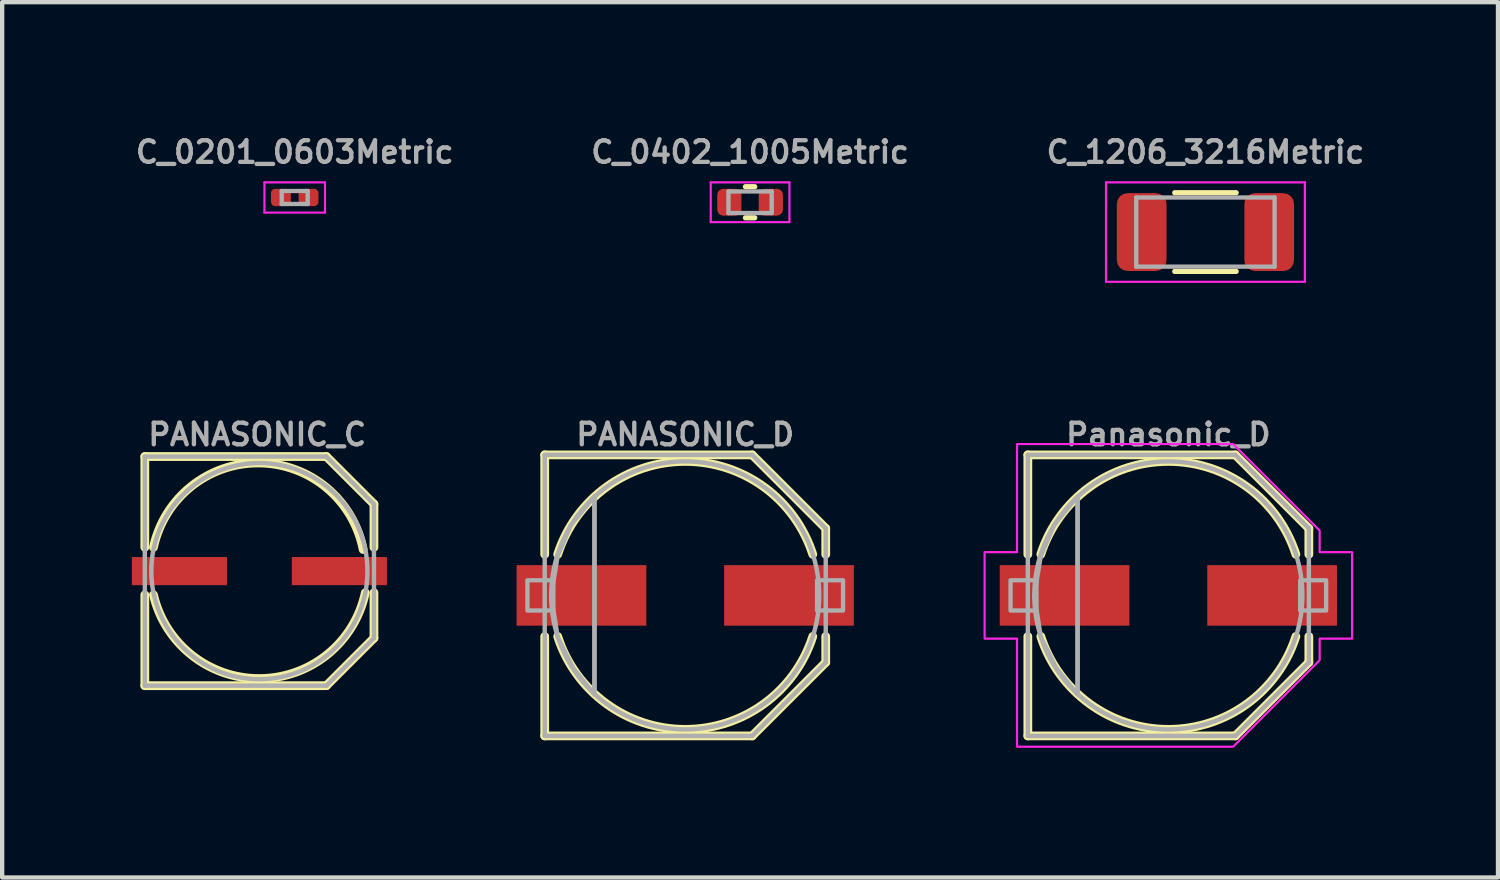
<source format=kicad_pcb>
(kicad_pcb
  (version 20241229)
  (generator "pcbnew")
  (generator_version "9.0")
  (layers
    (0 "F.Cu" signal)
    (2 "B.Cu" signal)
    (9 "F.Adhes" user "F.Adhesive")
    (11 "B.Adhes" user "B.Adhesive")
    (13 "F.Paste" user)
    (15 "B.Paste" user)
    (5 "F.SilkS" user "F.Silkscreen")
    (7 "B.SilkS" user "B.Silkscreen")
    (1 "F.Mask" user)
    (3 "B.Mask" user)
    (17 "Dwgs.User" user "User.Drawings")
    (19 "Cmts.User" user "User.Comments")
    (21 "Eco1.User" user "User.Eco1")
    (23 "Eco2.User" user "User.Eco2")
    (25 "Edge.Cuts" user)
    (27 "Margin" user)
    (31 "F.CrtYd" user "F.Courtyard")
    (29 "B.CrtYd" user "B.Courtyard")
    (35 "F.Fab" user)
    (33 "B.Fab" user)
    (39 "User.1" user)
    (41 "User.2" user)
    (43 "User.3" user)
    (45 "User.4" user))
  (footprint "C_0201_0603Metric"
    (layer "F.Cu")
    (at 3.767 1.518)
    (property "Reference" "C_0201_0603Metric" (at 0 -1.05 0) (layer "F.Fab") (effects (font (size 0.5 0.5) (thickness 0.1))))
    (attr smd)
    (fp_line (start -0.7 -0.35) (end 0.7 -0.35) (stroke (width 0.05) (type solid)) (layer "F.CrtYd"))
    (fp_line (start -0.7 0.35) (end -0.7 -0.35) (stroke (width 0.05) (type solid)) (layer "F.CrtYd"))
    (fp_line (start 0.7 -0.35) (end 0.7 0.35) (stroke (width 0.05) (type solid)) (layer "F.CrtYd"))
    (fp_line (start 0.7 0.35) (end -0.7 0.35) (stroke (width 0.05) (type solid)) (layer "F.CrtYd"))
    (fp_line (start -0.3 -0.15) (end 0.3 -0.15) (stroke (width 0.1) (type solid)) (layer "F.Fab"))
    (fp_line (start -0.3 0.15) (end -0.3 -0.15) (stroke (width 0.1) (type solid)) (layer "F.Fab"))
    (fp_line (start 0.3 -0.15) (end 0.3 0.15) (stroke (width 0.1) (type solid)) (layer "F.Fab"))
    (fp_line (start 0.3 0.15) (end -0.3 0.15) (stroke (width 0.1) (type solid)) (layer "F.Fab"))
    (pad "" smd roundrect (at -0.345 0) (size 0.318 0.36) (layers "F.Paste") (roundrect_rratio 0.25))
    (pad "" smd roundrect (at 0.345 0) (size 0.318 0.36) (layers "F.Paste") (roundrect_rratio 0.25))
    (pad "1" smd roundrect (at -0.32 0) (size 0.46 0.4) (layers "F.Cu" "F.Mask") (roundrect_rratio 0.25))
    (pad "2" smd roundrect (at 0.32 0) (size 0.46 0.4) (layers "F.Cu" "F.Mask") (roundrect_rratio 0.25)))
  (footprint "PANASONIC_D"
    (layer "F.Cu")
    (at 12.8 10.722)
    (property "Reference" "PANASONIC_D" (at 0 -3.429 0) (layer "F.Fab") (effects (font (size 0.5 0.5) (thickness 0.1) (bold yes)) (justify bottom)))
    (fp_line (start -3.25 -3.25) (end 1.55 -3.25) (stroke (width 0.203) (type solid)) (layer "F.SilkS"))
    (fp_line (start -3.25 -0.95) (end -3.25 -3.25) (stroke (width 0.203) (type solid)) (layer "F.SilkS"))
    (fp_line (start -3.25 3.25) (end -3.25 0.95) (stroke (width 0.203) (type solid)) (layer "F.SilkS"))
    (fp_line (start 1.55 -3.25) (end 3.25 -1.55) (stroke (width 0.203) (type solid)) (layer "F.SilkS"))
    (fp_line (start 1.55 3.25) (end -3.25 3.25) (stroke (width 0.203) (type solid)) (layer "F.SilkS"))
    (fp_line (start 3.25 -1.55) (end 3.25 -0.95) (stroke (width 0.203) (type solid)) (layer "F.SilkS"))
    (fp_line (start 3.25 0.95) (end 3.25 1.55) (stroke (width 0.203) (type solid)) (layer "F.SilkS"))
    (fp_line (start 3.25 1.55) (end 1.55 3.25) (stroke (width 0.203) (type solid)) (layer "F.SilkS"))
    (fp_arc (start -2.95 -0.95) (mid 0 -3.099193) (end 2.95 -0.95) (stroke (width 0.2032) (type solid)) (layer "F.SilkS"))
    (fp_arc (start 2.95 0.95) (mid 0 3.099193) (end -2.95 0.95) (stroke (width 0.2032) (type solid)) (layer "F.SilkS"))
    (fp_line (start -3.25 -3.25) (end 1.55 -3.25) (stroke (width 0.102) (type solid)) (layer "F.Fab"))
    (fp_line (start -3.25 3.25) (end -3.25 -3.25) (stroke (width 0.102) (type solid)) (layer "F.Fab"))
    (fp_line (start -2.1 -2.25) (end -2.1 2.2) (stroke (width 0.102) (type solid)) (layer "F.Fab"))
    (fp_line (start 1.55 -3.25) (end 3.25 -1.55) (stroke (width 0.102) (type solid)) (layer "F.Fab"))
    (fp_line (start 1.55 3.25) (end -3.25 3.25) (stroke (width 0.102) (type solid)) (layer "F.Fab"))
    (fp_line (start 3.25 -1.55) (end 3.25 1.55) (stroke (width 0.102) (type solid)) (layer "F.Fab"))
    (fp_line (start 3.25 1.55) (end 1.55 3.25) (stroke (width 0.102) (type solid)) (layer "F.Fab"))
    (fp_circle (center 0 0) (end 3.1 0) (stroke (width 0.102) (type solid)) (fill no) (layer "F.Fab"))
    (fp_poly (pts (xy -3.65 0.35) (xy -3.05 0.35) (xy -3.05 -0.35) (xy -3.65 -0.35)) (stroke (width 0.1) (type default)) (fill no) (layer "F.Fab"))
    (fp_poly (pts (xy 3.05 0.35) (xy 3.65 0.35) (xy 3.65 -0.35) (xy 3.05 -0.35)) (stroke (width 0.1) (type default)) (fill no) (layer "F.Fab"))
    (fp_poly (pts (xy -2.099 2.295) (xy -2.593 1.678) (xy -2.949 0.966) (xy -3.101 -0.00022) (xy -2.949 -0.914) (xy -2.644 -1.627) (xy -2.099 -2.292)) (stroke (width 0.1) (type default)) (fill no) (layer "F.Fab"))
    (pad "+" smd rect (at 2.4 0) (size 3 1.4) (layers "F.Cu" "F.Mask" "F.Paste"))
    (pad "-" smd rect (at -2.4 0) (size 3 1.4) (layers "F.Cu" "F.Mask" "F.Paste")))
  (footprint "Panasonic_D"
    (layer "F.Cu")
    (at 23.975 10.722)
    (property "Reference" "Panasonic_D" (at 0 -3.429 0) (layer "F.Fab") (effects (font (size 0.5 0.5) (thickness 0.1) (bold yes)) (justify bottom)))
    (fp_line (start -3.25 -3.25) (end 1.55 -3.25) (stroke (width 0.203) (type solid)) (layer "F.SilkS"))
    (fp_line (start -3.25 -0.95) (end -3.25 -3.25) (stroke (width 0.203) (type solid)) (layer "F.SilkS"))
    (fp_line (start -3.25 3.25) (end -3.25 0.95) (stroke (width 0.203) (type solid)) (layer "F.SilkS"))
    (fp_line (start 1.55 -3.25) (end 3.25 -1.55) (stroke (width 0.203) (type solid)) (layer "F.SilkS"))
    (fp_line (start 1.55 3.25) (end -3.25 3.25) (stroke (width 0.203) (type solid)) (layer "F.SilkS"))
    (fp_line (start 3.25 -1.55) (end 3.25 -0.95) (stroke (width 0.203) (type solid)) (layer "F.SilkS"))
    (fp_line (start 3.25 0.95) (end 3.25 1.55) (stroke (width 0.203) (type solid)) (layer "F.SilkS"))
    (fp_line (start 3.25 1.55) (end 1.55 3.25) (stroke (width 0.203) (type solid)) (layer "F.SilkS"))
    (fp_arc (start -2.95 -0.95) (mid 0 -3.099193) (end 2.95 -0.95) (stroke (width 0.2032) (type solid)) (layer "F.SilkS"))
    (fp_arc (start 2.95 0.95) (mid 0 3.099193) (end -2.95 0.95) (stroke (width 0.2032) (type solid)) (layer "F.SilkS"))
    (fp_poly (pts (xy -4.25 -1) (xy -4.25 1) (xy -3.5 1) (xy -3.5 3.5) (xy 1.5 3.5) (xy 3.5 1.5) (xy 3.5 1) (xy 4.25 1) (xy 4.25 -1) (xy 3.5 -1) (xy 3.5 -1.5) (xy 1.5 -3.5) (xy -3.5 -3.5) (xy -3.5 -1)) (stroke (width 0.05) (type solid)) (fill no) (layer "F.CrtYd"))
    (fp_line (start -3.25 -3.25) (end 1.55 -3.25) (stroke (width 0.102) (type solid)) (layer "F.Fab"))
    (fp_line (start -3.25 3.25) (end -3.25 -3.25) (stroke (width 0.102) (type solid)) (layer "F.Fab"))
    (fp_line (start -2.1 -2.25) (end -2.1 2.2) (stroke (width 0.102) (type solid)) (layer "F.Fab"))
    (fp_line (start 1.55 -3.25) (end 3.25 -1.55) (stroke (width 0.102) (type solid)) (layer "F.Fab"))
    (fp_line (start 1.55 3.25) (end -3.25 3.25) (stroke (width 0.102) (type solid)) (layer "F.Fab"))
    (fp_line (start 3.25 -1.55) (end 3.25 1.55) (stroke (width 0.102) (type solid)) (layer "F.Fab"))
    (fp_line (start 3.25 1.55) (end 1.55 3.25) (stroke (width 0.102) (type solid)) (layer "F.Fab"))
    (fp_circle (center 0 0) (end 3.1 0) (stroke (width 0.102) (type solid)) (fill no) (layer "F.Fab"))
    (fp_poly (pts (xy -3.65 0.35) (xy -3.05 0.35) (xy -3.05 -0.35) (xy -3.65 -0.35)) (stroke (width 0.1) (type default)) (fill no) (layer "F.Fab"))
    (fp_poly (pts (xy 3.05 0.35) (xy 3.65 0.35) (xy 3.65 -0.35) (xy 3.05 -0.35)) (stroke (width 0.1) (type default)) (fill no) (layer "F.Fab"))
    (fp_poly (pts (xy -2.099 2.295) (xy -2.593 1.678) (xy -2.949 0.966) (xy -3.101 -0.00022) (xy -2.949 -0.914) (xy -2.644 -1.627) (xy -2.099 -2.292)) (stroke (width 0.1) (type default)) (fill no) (layer "F.Fab"))
    (pad "1" smd rect (at 2.4 0) (size 3 1.4) (layers "F.Cu" "F.Mask" "F.Paste"))
    (pad "2" smd rect (at -2.4 0) (size 3 1.4) (layers "F.Cu" "F.Mask" "F.Paste")))
  (footprint "PANASONIC_C"
    (layer "F.Cu")
    (at 2.9 9.96)
    (property "Reference" "PANASONIC_C" (at 0 -2.667 0) (layer "F.Fab") (effects (font (size 0.5 0.5) (thickness 0.1) (bold yes)) (justify bottom)))
    (fp_line (start -2.6 -2.45) (end -2.6 -0.35) (stroke (width 0.203) (type solid)) (layer "F.SilkS"))
    (fp_line (start -2.6 -2.45) (end 1.6 -2.45) (stroke (width 0.203) (type solid)) (layer "F.SilkS"))
    (fp_line (start -2.6 2.85) (end -2.6 0.75) (stroke (width 0.203) (type solid)) (layer "F.SilkS"))
    (fp_line (start 1.6 -2.45) (end 2.7 -1.35) (stroke (width 0.203) (type solid)) (layer "F.SilkS"))
    (fp_line (start 1.6 2.85) (end -2.6 2.85) (stroke (width 0.203) (type solid)) (layer "F.SilkS"))
    (fp_line (start 2.7 -1.35) (end 2.7 -0.35) (stroke (width 0.203) (type solid)) (layer "F.SilkS"))
    (fp_line (start 2.7 1.75) (end 1.6 2.85) (stroke (width 0.203) (type solid)) (layer "F.SilkS"))
    (fp_line (start 2.7 1.75) (end 2.7 0.7) (stroke (width 0.203) (type solid)) (layer "F.SilkS"))
    (fp_arc (start -2.4 -0.35) (mid 0.045371 -2.30101) (end 2.449999 -0.3) (stroke (width 0.2032) (type solid)) (layer "F.SilkS"))
    (fp_arc (start 2.5 0.7) (mid 0.070009 2.685977) (end -2.400001 0.75) (stroke (width 0.2032) (type solid)) (layer "F.SilkS"))
    (fp_line (start -2.6 -2.45) (end -2.6 2.85) (stroke (width 0.102) (type solid)) (layer "F.Fab"))
    (fp_line (start -2.6 -2.45) (end 1.6 -2.45) (stroke (width 0.102) (type solid)) (layer "F.Fab"))
    (fp_line (start 1.6 -2.45) (end 2.7 -1.35) (stroke (width 0.102) (type solid)) (layer "F.Fab"))
    (fp_line (start 1.6 2.85) (end -2.6 2.85) (stroke (width 0.102) (type solid)) (layer "F.Fab"))
    (fp_line (start 2.7 -1.35) (end 2.7 1.75) (stroke (width 0.102) (type solid)) (layer "F.Fab"))
    (fp_line (start 2.7 1.75) (end 1.6 2.85) (stroke (width 0.102) (type solid)) (layer "F.Fab"))
    (fp_circle (center 0.05 0.2) (end 2.55 0.2) (stroke (width 0.102) (type solid)) (fill no) (layer "F.Fab"))
    (pad "1" smd rect (at 1.9 0.2) (size 2.2 0.65) (layers "F.Cu" "F.Mask" "F.Paste"))
    (pad "2" smd rect (at -1.8 0.2) (size 2.2 0.65) (layers "F.Cu" "F.Mask" "F.Paste")))
  (footprint "C_1206_3216Metric"
    (layer "F.Cu")
    (at 24.833 2.318)
    (property "Reference" "C_1206_3216Metric" (at 0 -1.85 0) (layer "F.Fab") (effects (font (size 0.5 0.5) (thickness 0.1) (bold yes))))
    (attr smd)
    (fp_line (start -0.711 -0.91) (end 0.711 -0.91) (stroke (width 0.12) (type solid)) (layer "F.SilkS"))
    (fp_line (start -0.711 0.91) (end 0.711 0.91) (stroke (width 0.12) (type solid)) (layer "F.SilkS"))
    (fp_line (start -2.3 -1.15) (end 2.3 -1.15) (stroke (width 0.05) (type solid)) (layer "F.CrtYd"))
    (fp_line (start -2.3 1.15) (end -2.3 -1.15) (stroke (width 0.05) (type solid)) (layer "F.CrtYd"))
    (fp_line (start 2.3 -1.15) (end 2.3 1.15) (stroke (width 0.05) (type solid)) (layer "F.CrtYd"))
    (fp_line (start 2.3 1.15) (end -2.3 1.15) (stroke (width 0.05) (type solid)) (layer "F.CrtYd"))
    (fp_line (start -1.6 -0.8) (end 1.6 -0.8) (stroke (width 0.1) (type solid)) (layer "F.Fab"))
    (fp_line (start -1.6 0.8) (end -1.6 -0.8) (stroke (width 0.1) (type solid)) (layer "F.Fab"))
    (fp_line (start 1.6 -0.8) (end 1.6 0.8) (stroke (width 0.1) (type solid)) (layer "F.Fab"))
    (fp_line (start 1.6 0.8) (end -1.6 0.8) (stroke (width 0.1) (type solid)) (layer "F.Fab"))
    (pad "1" smd roundrect (at -1.475 0) (size 1.15 1.8) (layers "F.Cu" "F.Mask" "F.Paste") (roundrect_rratio 0.217))
    (pad "2" smd roundrect (at 1.475 0) (size 1.15 1.8) (layers "F.Cu" "F.Mask" "F.Paste") (roundrect_rratio 0.217)))
  (footprint "C_0402_1005Metric"
    (layer "F.Cu")
    (at 14.3 1.628)
    (property "Reference" "C_0402_1005Metric" (at 0 -1.16 0) (layer "F.Fab") (effects (font (size 0.5 0.5) (thickness 0.1) (bold yes))))
    (attr smd)
    (fp_line (start -0.108 -0.36) (end 0.108 -0.36) (stroke (width 0.12) (type solid)) (layer "F.SilkS"))
    (fp_line (start -0.108 0.36) (end 0.108 0.36) (stroke (width 0.12) (type solid)) (layer "F.SilkS"))
    (fp_line (start -0.91 -0.46) (end 0.91 -0.46) (stroke (width 0.05) (type solid)) (layer "F.CrtYd"))
    (fp_line (start -0.91 0.46) (end -0.91 -0.46) (stroke (width 0.05) (type solid)) (layer "F.CrtYd"))
    (fp_line (start 0.91 -0.46) (end 0.91 0.46) (stroke (width 0.05) (type solid)) (layer "F.CrtYd"))
    (fp_line (start 0.91 0.46) (end -0.91 0.46) (stroke (width 0.05) (type solid)) (layer "F.CrtYd"))
    (fp_line (start -0.5 -0.25) (end 0.5 -0.25) (stroke (width 0.1) (type solid)) (layer "F.Fab"))
    (fp_line (start -0.5 0.25) (end -0.5 -0.25) (stroke (width 0.1) (type solid)) (layer "F.Fab"))
    (fp_line (start 0.5 -0.25) (end 0.5 0.25) (stroke (width 0.1) (type solid)) (layer "F.Fab"))
    (fp_line (start 0.5 0.25) (end -0.5 0.25) (stroke (width 0.1) (type solid)) (layer "F.Fab"))
    (pad "1" smd roundrect (at -0.48 0) (size 0.56 0.62) (layers "F.Cu" "F.Mask" "F.Paste") (roundrect_rratio 0.25))
    (pad "2" smd roundrect (at 0.48 0) (size 0.56 0.62) (layers "F.Cu" "F.Mask" "F.Paste") (roundrect_rratio 0.25)))
  (gr_rect
    (start -3 -3)
    (end 31.6 17.247)
    (stroke (width 0.1) (type default))
    (fill no)
    (layer "Edge.Cuts")))
</source>
